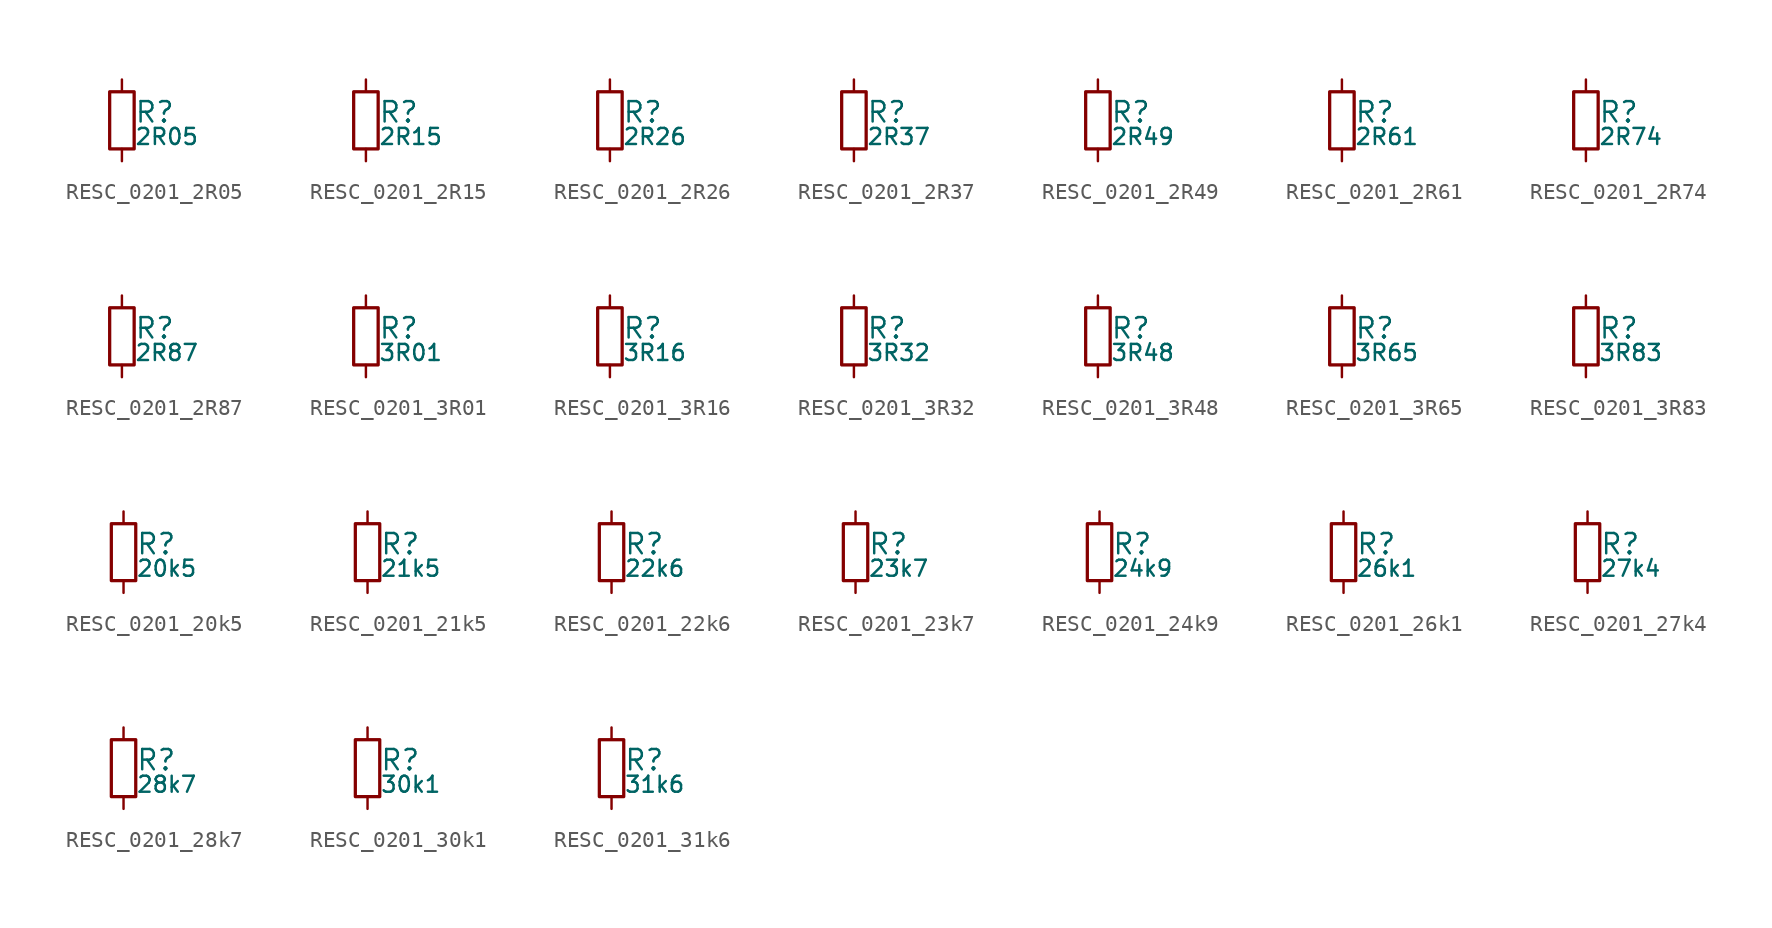
<source format=kicad_sym>
(kicad_symbol_lib
  (version 20211014)
  (generator kicad_LibGenerator)
  (symbol "RESC_0201_2R05"
    (pin_numbers hide)
    (pin_names
      (offset 0.254) hide)
    (property "Reference" "R"
      (at 0.762 0.508 0)
      (effects (font (size 1.27 1.27)) (justify left)))
    (property "Value" "2R05"
      (at 0.762 -1.016 0)
      (effects (font (size 1.00 1.00)) (justify left)))
    (symbol "RESC_0201_2R05_0_1"
      (rectangle (start -0.762 1.778) (end 0.762 -1.778) (stroke (width 0.203) (type default) (color 0 0 0 0)) (fill (type none))))
    (symbol "RESC_0201_2R05_1_1"
      (pin passive line (at 0 2.54 270) (length 0.762) (name "~" (effects (font (size 1.27 1.27)))) (number "1" (effects (font (size 1.27 1.27)))))
      (pin passive line (at 0 -2.54 90) (length 0.762) (name "~" (effects (font (size 1.27 1.27)))) (number "2" (effects (font (size 1.27 1.27)))))))
  (symbol "RESC_0201_2R15"
    (pin_numbers hide)
    (pin_names
      (offset 0.254) hide)
    (property "Reference" "R"
      (at 0.762 0.508 0)
      (effects (font (size 1.27 1.27)) (justify left)))
    (property "Value" "2R15"
      (at 0.762 -1.016 0)
      (effects (font (size 1.00 1.00)) (justify left)))
    (symbol "RESC_0201_2R15_0_1"
      (rectangle (start -0.762 1.778) (end 0.762 -1.778) (stroke (width 0.203) (type default) (color 0 0 0 0)) (fill (type none))))
    (symbol "RESC_0201_2R15_1_1"
      (pin passive line (at 0 2.54 270) (length 0.762) (name "~" (effects (font (size 1.27 1.27)))) (number "1" (effects (font (size 1.27 1.27)))))
      (pin passive line (at 0 -2.54 90) (length 0.762) (name "~" (effects (font (size 1.27 1.27)))) (number "2" (effects (font (size 1.27 1.27)))))))
  (symbol "RESC_0201_2R26"
    (pin_numbers hide)
    (pin_names
      (offset 0.254) hide)
    (property "Reference" "R"
      (at 0.762 0.508 0)
      (effects (font (size 1.27 1.27)) (justify left)))
    (property "Value" "2R26"
      (at 0.762 -1.016 0)
      (effects (font (size 1.00 1.00)) (justify left)))
    (symbol "RESC_0201_2R26_0_1"
      (rectangle (start -0.762 1.778) (end 0.762 -1.778) (stroke (width 0.203) (type default) (color 0 0 0 0)) (fill (type none))))
    (symbol "RESC_0201_2R26_1_1"
      (pin passive line (at 0 2.54 270) (length 0.762) (name "~" (effects (font (size 1.27 1.27)))) (number "1" (effects (font (size 1.27 1.27)))))
      (pin passive line (at 0 -2.54 90) (length 0.762) (name "~" (effects (font (size 1.27 1.27)))) (number "2" (effects (font (size 1.27 1.27)))))))
  (symbol "RESC_0201_2R37"
    (pin_numbers hide)
    (pin_names
      (offset 0.254) hide)
    (property "Reference" "R"
      (at 0.762 0.508 0)
      (effects (font (size 1.27 1.27)) (justify left)))
    (property "Value" "2R37"
      (at 0.762 -1.016 0)
      (effects (font (size 1.00 1.00)) (justify left)))
    (symbol "RESC_0201_2R37_0_1"
      (rectangle (start -0.762 1.778) (end 0.762 -1.778) (stroke (width 0.203) (type default) (color 0 0 0 0)) (fill (type none))))
    (symbol "RESC_0201_2R37_1_1"
      (pin passive line (at 0 2.54 270) (length 0.762) (name "~" (effects (font (size 1.27 1.27)))) (number "1" (effects (font (size 1.27 1.27)))))
      (pin passive line (at 0 -2.54 90) (length 0.762) (name "~" (effects (font (size 1.27 1.27)))) (number "2" (effects (font (size 1.27 1.27)))))))
  (symbol "RESC_0201_2R49"
    (pin_numbers hide)
    (pin_names
      (offset 0.254) hide)
    (property "Reference" "R"
      (at 0.762 0.508 0)
      (effects (font (size 1.27 1.27)) (justify left)))
    (property "Value" "2R49"
      (at 0.762 -1.016 0)
      (effects (font (size 1.00 1.00)) (justify left)))
    (symbol "RESC_0201_2R49_0_1"
      (rectangle (start -0.762 1.778) (end 0.762 -1.778) (stroke (width 0.203) (type default) (color 0 0 0 0)) (fill (type none))))
    (symbol "RESC_0201_2R49_1_1"
      (pin passive line (at 0 2.54 270) (length 0.762) (name "~" (effects (font (size 1.27 1.27)))) (number "1" (effects (font (size 1.27 1.27)))))
      (pin passive line (at 0 -2.54 90) (length 0.762) (name "~" (effects (font (size 1.27 1.27)))) (number "2" (effects (font (size 1.27 1.27)))))))
  (symbol "RESC_0201_2R61"
    (pin_numbers hide)
    (pin_names
      (offset 0.254) hide)
    (property "Reference" "R"
      (at 0.762 0.508 0)
      (effects (font (size 1.27 1.27)) (justify left)))
    (property "Value" "2R61"
      (at 0.762 -1.016 0)
      (effects (font (size 1.00 1.00)) (justify left)))
    (symbol "RESC_0201_2R61_0_1"
      (rectangle (start -0.762 1.778) (end 0.762 -1.778) (stroke (width 0.203) (type default) (color 0 0 0 0)) (fill (type none))))
    (symbol "RESC_0201_2R61_1_1"
      (pin passive line (at 0 2.54 270) (length 0.762) (name "~" (effects (font (size 1.27 1.27)))) (number "1" (effects (font (size 1.27 1.27)))))
      (pin passive line (at 0 -2.54 90) (length 0.762) (name "~" (effects (font (size 1.27 1.27)))) (number "2" (effects (font (size 1.27 1.27)))))))
  (symbol "RESC_0201_2R74"
    (pin_numbers hide)
    (pin_names
      (offset 0.254) hide)
    (property "Reference" "R"
      (at 0.762 0.508 0)
      (effects (font (size 1.27 1.27)) (justify left)))
    (property "Value" "2R74"
      (at 0.762 -1.016 0)
      (effects (font (size 1.00 1.00)) (justify left)))
    (symbol "RESC_0201_2R74_0_1"
      (rectangle (start -0.762 1.778) (end 0.762 -1.778) (stroke (width 0.203) (type default) (color 0 0 0 0)) (fill (type none))))
    (symbol "RESC_0201_2R74_1_1"
      (pin passive line (at 0 2.54 270) (length 0.762) (name "~" (effects (font (size 1.27 1.27)))) (number "1" (effects (font (size 1.27 1.27)))))
      (pin passive line (at 0 -2.54 90) (length 0.762) (name "~" (effects (font (size 1.27 1.27)))) (number "2" (effects (font (size 1.27 1.27)))))))
  (symbol "RESC_0201_2R87"
    (pin_numbers hide)
    (pin_names
      (offset 0.254) hide)
    (property "Reference" "R"
      (at 0.762 0.508 0)
      (effects (font (size 1.27 1.27)) (justify left)))
    (property "Value" "2R87"
      (at 0.762 -1.016 0)
      (effects (font (size 1.00 1.00)) (justify left)))
    (symbol "RESC_0201_2R87_0_1"
      (rectangle (start -0.762 1.778) (end 0.762 -1.778) (stroke (width 0.203) (type default) (color 0 0 0 0)) (fill (type none))))
    (symbol "RESC_0201_2R87_1_1"
      (pin passive line (at 0 2.54 270) (length 0.762) (name "~" (effects (font (size 1.27 1.27)))) (number "1" (effects (font (size 1.27 1.27)))))
      (pin passive line (at 0 -2.54 90) (length 0.762) (name "~" (effects (font (size 1.27 1.27)))) (number "2" (effects (font (size 1.27 1.27)))))))
  (symbol "RESC_0201_3R01"
    (pin_numbers hide)
    (pin_names
      (offset 0.254) hide)
    (property "Reference" "R"
      (at 0.762 0.508 0)
      (effects (font (size 1.27 1.27)) (justify left)))
    (property "Value" "3R01"
      (at 0.762 -1.016 0)
      (effects (font (size 1.00 1.00)) (justify left)))
    (symbol "RESC_0201_3R01_0_1"
      (rectangle (start -0.762 1.778) (end 0.762 -1.778) (stroke (width 0.203) (type default) (color 0 0 0 0)) (fill (type none))))
    (symbol "RESC_0201_3R01_1_1"
      (pin passive line (at 0 2.54 270) (length 0.762) (name "~" (effects (font (size 1.27 1.27)))) (number "1" (effects (font (size 1.27 1.27)))))
      (pin passive line (at 0 -2.54 90) (length 0.762) (name "~" (effects (font (size 1.27 1.27)))) (number "2" (effects (font (size 1.27 1.27)))))))
  (symbol "RESC_0201_3R16"
    (pin_numbers hide)
    (pin_names
      (offset 0.254) hide)
    (property "Reference" "R"
      (at 0.762 0.508 0)
      (effects (font (size 1.27 1.27)) (justify left)))
    (property "Value" "3R16"
      (at 0.762 -1.016 0)
      (effects (font (size 1.00 1.00)) (justify left)))
    (symbol "RESC_0201_3R16_0_1"
      (rectangle (start -0.762 1.778) (end 0.762 -1.778) (stroke (width 0.203) (type default) (color 0 0 0 0)) (fill (type none))))
    (symbol "RESC_0201_3R16_1_1"
      (pin passive line (at 0 2.54 270) (length 0.762) (name "~" (effects (font (size 1.27 1.27)))) (number "1" (effects (font (size 1.27 1.27)))))
      (pin passive line (at 0 -2.54 90) (length 0.762) (name "~" (effects (font (size 1.27 1.27)))) (number "2" (effects (font (size 1.27 1.27)))))))
  (symbol "RESC_0201_3R32"
    (pin_numbers hide)
    (pin_names
      (offset 0.254) hide)
    (property "Reference" "R"
      (at 0.762 0.508 0)
      (effects (font (size 1.27 1.27)) (justify left)))
    (property "Value" "3R32"
      (at 0.762 -1.016 0)
      (effects (font (size 1.00 1.00)) (justify left)))
    (symbol "RESC_0201_3R32_0_1"
      (rectangle (start -0.762 1.778) (end 0.762 -1.778) (stroke (width 0.203) (type default) (color 0 0 0 0)) (fill (type none))))
    (symbol "RESC_0201_3R32_1_1"
      (pin passive line (at 0 2.54 270) (length 0.762) (name "~" (effects (font (size 1.27 1.27)))) (number "1" (effects (font (size 1.27 1.27)))))
      (pin passive line (at 0 -2.54 90) (length 0.762) (name "~" (effects (font (size 1.27 1.27)))) (number "2" (effects (font (size 1.27 1.27)))))))
  (symbol "RESC_0201_3R48"
    (pin_numbers hide)
    (pin_names
      (offset 0.254) hide)
    (property "Reference" "R"
      (at 0.762 0.508 0)
      (effects (font (size 1.27 1.27)) (justify left)))
    (property "Value" "3R48"
      (at 0.762 -1.016 0)
      (effects (font (size 1.00 1.00)) (justify left)))
    (symbol "RESC_0201_3R48_0_1"
      (rectangle (start -0.762 1.778) (end 0.762 -1.778) (stroke (width 0.203) (type default) (color 0 0 0 0)) (fill (type none))))
    (symbol "RESC_0201_3R48_1_1"
      (pin passive line (at 0 2.54 270) (length 0.762) (name "~" (effects (font (size 1.27 1.27)))) (number "1" (effects (font (size 1.27 1.27)))))
      (pin passive line (at 0 -2.54 90) (length 0.762) (name "~" (effects (font (size 1.27 1.27)))) (number "2" (effects (font (size 1.27 1.27)))))))
  (symbol "RESC_0201_3R65"
    (pin_numbers hide)
    (pin_names
      (offset 0.254) hide)
    (property "Reference" "R"
      (at 0.762 0.508 0)
      (effects (font (size 1.27 1.27)) (justify left)))
    (property "Value" "3R65"
      (at 0.762 -1.016 0)
      (effects (font (size 1.00 1.00)) (justify left)))
    (symbol "RESC_0201_3R65_0_1"
      (rectangle (start -0.762 1.778) (end 0.762 -1.778) (stroke (width 0.203) (type default) (color 0 0 0 0)) (fill (type none))))
    (symbol "RESC_0201_3R65_1_1"
      (pin passive line (at 0 2.54 270) (length 0.762) (name "~" (effects (font (size 1.27 1.27)))) (number "1" (effects (font (size 1.27 1.27)))))
      (pin passive line (at 0 -2.54 90) (length 0.762) (name "~" (effects (font (size 1.27 1.27)))) (number "2" (effects (font (size 1.27 1.27)))))))
  (symbol "RESC_0201_3R83"
    (pin_numbers hide)
    (pin_names
      (offset 0.254) hide)
    (property "Reference" "R"
      (at 0.762 0.508 0)
      (effects (font (size 1.27 1.27)) (justify left)))
    (property "Value" "3R83"
      (at 0.762 -1.016 0)
      (effects (font (size 1.00 1.00)) (justify left)))
    (symbol "RESC_0201_3R83_0_1"
      (rectangle (start -0.762 1.778) (end 0.762 -1.778) (stroke (width 0.203) (type default) (color 0 0 0 0)) (fill (type none))))
    (symbol "RESC_0201_3R83_1_1"
      (pin passive line (at 0 2.54 270) (length 0.762) (name "~" (effects (font (size 1.27 1.27)))) (number "1" (effects (font (size 1.27 1.27)))))
      (pin passive line (at 0 -2.54 90) (length 0.762) (name "~" (effects (font (size 1.27 1.27)))) (number "2" (effects (font (size 1.27 1.27)))))))
  (symbol "RESC_0201_20k5"
    (pin_numbers hide)
    (pin_names
      (offset 0.254) hide)
    (property "Reference" "R"
      (at 0.762 0.508 0)
      (effects (font (size 1.27 1.27)) (justify left)))
    (property "Value" "20k5"
      (at 0.762 -1.016 0)
      (effects (font (size 1.00 1.00)) (justify left)))
    (symbol "RESC_0201_20k5_0_1"
      (rectangle (start -0.762 1.778) (end 0.762 -1.778) (stroke (width 0.203) (type default) (color 0 0 0 0)) (fill (type none))))
    (symbol "RESC_0201_20k5_1_1"
      (pin passive line (at 0 2.54 270) (length 0.762) (name "~" (effects (font (size 1.27 1.27)))) (number "1" (effects (font (size 1.27 1.27)))))
      (pin passive line (at 0 -2.54 90) (length 0.762) (name "~" (effects (font (size 1.27 1.27)))) (number "2" (effects (font (size 1.27 1.27)))))))
  (symbol "RESC_0201_21k5"
    (pin_numbers hide)
    (pin_names
      (offset 0.254) hide)
    (property "Reference" "R"
      (at 0.762 0.508 0)
      (effects (font (size 1.27 1.27)) (justify left)))
    (property "Value" "21k5"
      (at 0.762 -1.016 0)
      (effects (font (size 1.00 1.00)) (justify left)))
    (symbol "RESC_0201_21k5_0_1"
      (rectangle (start -0.762 1.778) (end 0.762 -1.778) (stroke (width 0.203) (type default) (color 0 0 0 0)) (fill (type none))))
    (symbol "RESC_0201_21k5_1_1"
      (pin passive line (at 0 2.54 270) (length 0.762) (name "~" (effects (font (size 1.27 1.27)))) (number "1" (effects (font (size 1.27 1.27)))))
      (pin passive line (at 0 -2.54 90) (length 0.762) (name "~" (effects (font (size 1.27 1.27)))) (number "2" (effects (font (size 1.27 1.27)))))))
  (symbol "RESC_0201_22k6"
    (pin_numbers hide)
    (pin_names
      (offset 0.254) hide)
    (property "Reference" "R"
      (at 0.762 0.508 0)
      (effects (font (size 1.27 1.27)) (justify left)))
    (property "Value" "22k6"
      (at 0.762 -1.016 0)
      (effects (font (size 1.00 1.00)) (justify left)))
    (symbol "RESC_0201_22k6_0_1"
      (rectangle (start -0.762 1.778) (end 0.762 -1.778) (stroke (width 0.203) (type default) (color 0 0 0 0)) (fill (type none))))
    (symbol "RESC_0201_22k6_1_1"
      (pin passive line (at 0 2.54 270) (length 0.762) (name "~" (effects (font (size 1.27 1.27)))) (number "1" (effects (font (size 1.27 1.27)))))
      (pin passive line (at 0 -2.54 90) (length 0.762) (name "~" (effects (font (size 1.27 1.27)))) (number "2" (effects (font (size 1.27 1.27)))))))
  (symbol "RESC_0201_23k7"
    (pin_numbers hide)
    (pin_names
      (offset 0.254) hide)
    (property "Reference" "R"
      (at 0.762 0.508 0)
      (effects (font (size 1.27 1.27)) (justify left)))
    (property "Value" "23k7"
      (at 0.762 -1.016 0)
      (effects (font (size 1.00 1.00)) (justify left)))
    (symbol "RESC_0201_23k7_0_1"
      (rectangle (start -0.762 1.778) (end 0.762 -1.778) (stroke (width 0.203) (type default) (color 0 0 0 0)) (fill (type none))))
    (symbol "RESC_0201_23k7_1_1"
      (pin passive line (at 0 2.54 270) (length 0.762) (name "~" (effects (font (size 1.27 1.27)))) (number "1" (effects (font (size 1.27 1.27)))))
      (pin passive line (at 0 -2.54 90) (length 0.762) (name "~" (effects (font (size 1.27 1.27)))) (number "2" (effects (font (size 1.27 1.27)))))))
  (symbol "RESC_0201_24k9"
    (pin_numbers hide)
    (pin_names
      (offset 0.254) hide)
    (property "Reference" "R"
      (at 0.762 0.508 0)
      (effects (font (size 1.27 1.27)) (justify left)))
    (property "Value" "24k9"
      (at 0.762 -1.016 0)
      (effects (font (size 1.00 1.00)) (justify left)))
    (symbol "RESC_0201_24k9_0_1"
      (rectangle (start -0.762 1.778) (end 0.762 -1.778) (stroke (width 0.203) (type default) (color 0 0 0 0)) (fill (type none))))
    (symbol "RESC_0201_24k9_1_1"
      (pin passive line (at 0 2.54 270) (length 0.762) (name "~" (effects (font (size 1.27 1.27)))) (number "1" (effects (font (size 1.27 1.27)))))
      (pin passive line (at 0 -2.54 90) (length 0.762) (name "~" (effects (font (size 1.27 1.27)))) (number "2" (effects (font (size 1.27 1.27)))))))
  (symbol "RESC_0201_26k1"
    (pin_numbers hide)
    (pin_names
      (offset 0.254) hide)
    (property "Reference" "R"
      (at 0.762 0.508 0)
      (effects (font (size 1.27 1.27)) (justify left)))
    (property "Value" "26k1"
      (at 0.762 -1.016 0)
      (effects (font (size 1.00 1.00)) (justify left)))
    (symbol "RESC_0201_26k1_0_1"
      (rectangle (start -0.762 1.778) (end 0.762 -1.778) (stroke (width 0.203) (type default) (color 0 0 0 0)) (fill (type none))))
    (symbol "RESC_0201_26k1_1_1"
      (pin passive line (at 0 2.54 270) (length 0.762) (name "~" (effects (font (size 1.27 1.27)))) (number "1" (effects (font (size 1.27 1.27)))))
      (pin passive line (at 0 -2.54 90) (length 0.762) (name "~" (effects (font (size 1.27 1.27)))) (number "2" (effects (font (size 1.27 1.27)))))))
  (symbol "RESC_0201_27k4"
    (pin_numbers hide)
    (pin_names
      (offset 0.254) hide)
    (property "Reference" "R"
      (at 0.762 0.508 0)
      (effects (font (size 1.27 1.27)) (justify left)))
    (property "Value" "27k4"
      (at 0.762 -1.016 0)
      (effects (font (size 1.00 1.00)) (justify left)))
    (symbol "RESC_0201_27k4_0_1"
      (rectangle (start -0.762 1.778) (end 0.762 -1.778) (stroke (width 0.203) (type default) (color 0 0 0 0)) (fill (type none))))
    (symbol "RESC_0201_27k4_1_1"
      (pin passive line (at 0 2.54 270) (length 0.762) (name "~" (effects (font (size 1.27 1.27)))) (number "1" (effects (font (size 1.27 1.27)))))
      (pin passive line (at 0 -2.54 90) (length 0.762) (name "~" (effects (font (size 1.27 1.27)))) (number "2" (effects (font (size 1.27 1.27)))))))
  (symbol "RESC_0201_28k7"
    (pin_numbers hide)
    (pin_names
      (offset 0.254) hide)
    (property "Reference" "R"
      (at 0.762 0.508 0)
      (effects (font (size 1.27 1.27)) (justify left)))
    (property "Value" "28k7"
      (at 0.762 -1.016 0)
      (effects (font (size 1.00 1.00)) (justify left)))
    (symbol "RESC_0201_28k7_0_1"
      (rectangle (start -0.762 1.778) (end 0.762 -1.778) (stroke (width 0.203) (type default) (color 0 0 0 0)) (fill (type none))))
    (symbol "RESC_0201_28k7_1_1"
      (pin passive line (at 0 2.54 270) (length 0.762) (name "~" (effects (font (size 1.27 1.27)))) (number "1" (effects (font (size 1.27 1.27)))))
      (pin passive line (at 0 -2.54 90) (length 0.762) (name "~" (effects (font (size 1.27 1.27)))) (number "2" (effects (font (size 1.27 1.27)))))))
  (symbol "RESC_0201_30k1"
    (pin_numbers hide)
    (pin_names
      (offset 0.254) hide)
    (property "Reference" "R"
      (at 0.762 0.508 0)
      (effects (font (size 1.27 1.27)) (justify left)))
    (property "Value" "30k1"
      (at 0.762 -1.016 0)
      (effects (font (size 1.00 1.00)) (justify left)))
    (symbol "RESC_0201_30k1_0_1"
      (rectangle (start -0.762 1.778) (end 0.762 -1.778) (stroke (width 0.203) (type default) (color 0 0 0 0)) (fill (type none))))
    (symbol "RESC_0201_30k1_1_1"
      (pin passive line (at 0 2.54 270) (length 0.762) (name "~" (effects (font (size 1.27 1.27)))) (number "1" (effects (font (size 1.27 1.27)))))
      (pin passive line (at 0 -2.54 90) (length 0.762) (name "~" (effects (font (size 1.27 1.27)))) (number "2" (effects (font (size 1.27 1.27)))))))
  (symbol "RESC_0201_31k6"
    (pin_numbers hide)
    (pin_names
      (offset 0.254) hide)
    (property "Reference" "R"
      (at 0.762 0.508 0)
      (effects (font (size 1.27 1.27)) (justify left)))
    (property "Value" "31k6"
      (at 0.762 -1.016 0)
      (effects (font (size 1.00 1.00)) (justify left)))
    (symbol "RESC_0201_31k6_0_1"
      (rectangle (start -0.762 1.778) (end 0.762 -1.778) (stroke (width 0.203) (type default) (color 0 0 0 0)) (fill (type none))))
    (symbol "RESC_0201_31k6_1_1"
      (pin passive line (at 0 2.54 270) (length 0.762) (name "~" (effects (font (size 1.27 1.27)))) (number "1" (effects (font (size 1.27 1.27)))))
      (pin passive line (at 0 -2.54 90) (length 0.762) (name "~" (effects (font (size 1.27 1.27)))) (number "2" (effects (font (size 1.27 1.27))))))))
</source>
